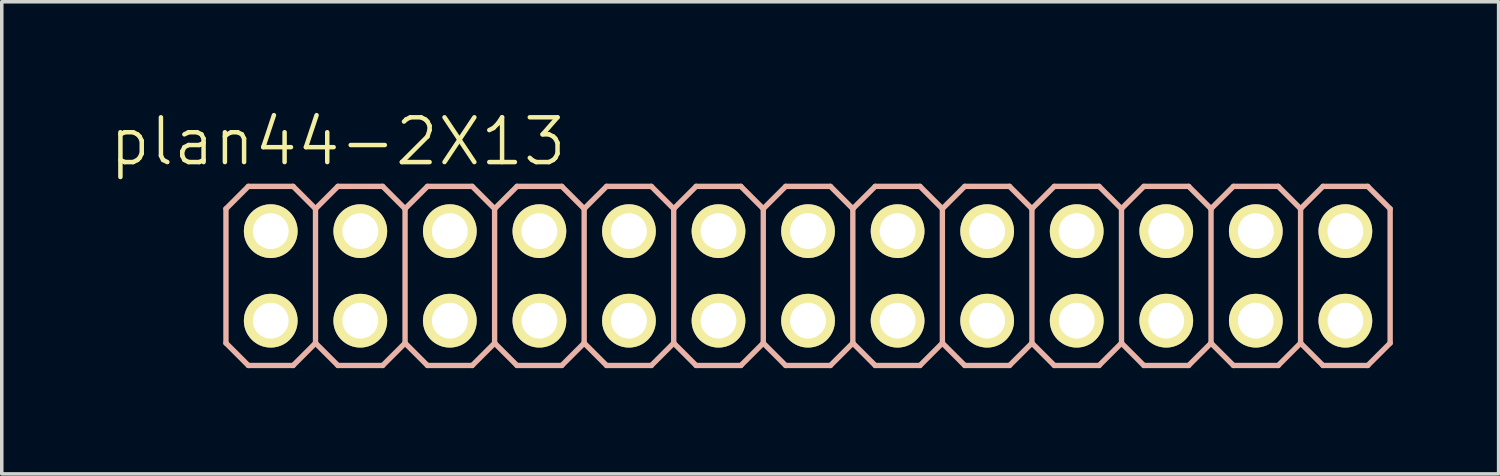
<source format=kicad_pcb>
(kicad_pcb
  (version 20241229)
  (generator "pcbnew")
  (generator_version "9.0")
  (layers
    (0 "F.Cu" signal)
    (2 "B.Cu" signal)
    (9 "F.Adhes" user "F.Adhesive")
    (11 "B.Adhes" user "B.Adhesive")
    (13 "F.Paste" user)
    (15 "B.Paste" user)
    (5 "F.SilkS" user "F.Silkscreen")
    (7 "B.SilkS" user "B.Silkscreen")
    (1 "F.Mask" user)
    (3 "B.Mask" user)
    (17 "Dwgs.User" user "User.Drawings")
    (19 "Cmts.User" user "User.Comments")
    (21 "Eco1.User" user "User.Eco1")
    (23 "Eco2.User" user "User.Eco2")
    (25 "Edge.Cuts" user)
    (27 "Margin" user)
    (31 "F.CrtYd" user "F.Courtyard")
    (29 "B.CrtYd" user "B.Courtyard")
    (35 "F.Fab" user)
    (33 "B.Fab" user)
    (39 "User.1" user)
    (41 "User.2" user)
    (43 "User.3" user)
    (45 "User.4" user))
  (footprint "plan44-2X13"
    (layer "F.Cu")
    (at 19.869 4.776)
    (property "Reference" "plan44-2X13" (at -13.335 -3.81 0) (layer "F.SilkS") (effects (font (size 1.27 1.27) (thickness 0.127))))
    (attr exclude_from_pos_files exclude_from_bom)
    (fp_line (start -16.51 -1.905) (end -15.875 -2.54) (stroke (width 0.152) (type solid)) (layer "B.SilkS"))
    (fp_line (start -16.51 1.905) (end -16.51 -1.905) (stroke (width 0.152) (type solid)) (layer "B.SilkS"))
    (fp_line (start -16.51 1.905) (end -15.875 2.54) (stroke (width 0.152) (type solid)) (layer "B.SilkS"))
    (fp_line (start -15.875 -2.54) (end -14.605 -2.54) (stroke (width 0.152) (type solid)) (layer "B.SilkS"))
    (fp_line (start -15.875 2.54) (end -14.605 2.54) (stroke (width 0.152) (type solid)) (layer "B.SilkS"))
    (fp_line (start -15.494 -1.524) (end -14.986 -1.524) (stroke (width 0.066) (type solid)) (layer "B.SilkS"))
    (fp_line (start -15.494 -1.016) (end -15.494 -1.524) (stroke (width 0.066) (type solid)) (layer "B.SilkS"))
    (fp_line (start -15.494 -1.016) (end -14.986 -1.016) (stroke (width 0.066) (type solid)) (layer "B.SilkS"))
    (fp_line (start -15.494 1.016) (end -14.986 1.016) (stroke (width 0.066) (type solid)) (layer "B.SilkS"))
    (fp_line (start -15.494 1.524) (end -15.494 1.016) (stroke (width 0.066) (type solid)) (layer "B.SilkS"))
    (fp_line (start -15.494 1.524) (end -14.986 1.524) (stroke (width 0.066) (type solid)) (layer "B.SilkS"))
    (fp_line (start -14.986 -1.016) (end -14.986 -1.524) (stroke (width 0.066) (type solid)) (layer "B.SilkS"))
    (fp_line (start -14.986 1.524) (end -14.986 1.016) (stroke (width 0.066) (type solid)) (layer "B.SilkS"))
    (fp_line (start -14.605 -2.54) (end -13.97 -1.905) (stroke (width 0.152) (type solid)) (layer "B.SilkS"))
    (fp_line (start -14.605 2.54) (end -13.97 1.905) (stroke (width 0.152) (type solid)) (layer "B.SilkS"))
    (fp_line (start -13.97 -1.905) (end -13.97 1.905) (stroke (width 0.152) (type solid)) (layer "B.SilkS"))
    (fp_line (start -13.97 -1.905) (end -13.335 -2.54) (stroke (width 0.152) (type solid)) (layer "B.SilkS"))
    (fp_line (start -13.97 1.905) (end -13.335 2.54) (stroke (width 0.152) (type solid)) (layer "B.SilkS"))
    (fp_line (start -13.335 -2.54) (end -12.065 -2.54) (stroke (width 0.152) (type solid)) (layer "B.SilkS"))
    (fp_line (start -13.335 2.54) (end -12.065 2.54) (stroke (width 0.152) (type solid)) (layer "B.SilkS"))
    (fp_line (start -12.954 -1.524) (end -12.446 -1.524) (stroke (width 0.066) (type solid)) (layer "B.SilkS"))
    (fp_line (start -12.954 -1.016) (end -12.954 -1.524) (stroke (width 0.066) (type solid)) (layer "B.SilkS"))
    (fp_line (start -12.954 -1.016) (end -12.446 -1.016) (stroke (width 0.066) (type solid)) (layer "B.SilkS"))
    (fp_line (start -12.954 1.016) (end -12.446 1.016) (stroke (width 0.066) (type solid)) (layer "B.SilkS"))
    (fp_line (start -12.954 1.524) (end -12.954 1.016) (stroke (width 0.066) (type solid)) (layer "B.SilkS"))
    (fp_line (start -12.954 1.524) (end -12.446 1.524) (stroke (width 0.066) (type solid)) (layer "B.SilkS"))
    (fp_line (start -12.446 -1.016) (end -12.446 -1.524) (stroke (width 0.066) (type solid)) (layer "B.SilkS"))
    (fp_line (start -12.446 1.524) (end -12.446 1.016) (stroke (width 0.066) (type solid)) (layer "B.SilkS"))
    (fp_line (start -12.065 -2.54) (end -11.43 -1.905) (stroke (width 0.152) (type solid)) (layer "B.SilkS"))
    (fp_line (start -12.065 2.54) (end -11.43 1.905) (stroke (width 0.152) (type solid)) (layer "B.SilkS"))
    (fp_line (start -11.43 -1.905) (end -11.43 1.905) (stroke (width 0.152) (type solid)) (layer "B.SilkS"))
    (fp_line (start -11.43 -1.905) (end -10.795 -2.54) (stroke (width 0.152) (type solid)) (layer "B.SilkS"))
    (fp_line (start -11.43 1.905) (end -10.795 2.54) (stroke (width 0.152) (type solid)) (layer "B.SilkS"))
    (fp_line (start -10.795 -2.54) (end -9.525 -2.54) (stroke (width 0.152) (type solid)) (layer "B.SilkS"))
    (fp_line (start -10.795 2.54) (end -9.525 2.54) (stroke (width 0.152) (type solid)) (layer "B.SilkS"))
    (fp_line (start -10.414 -1.524) (end -9.906 -1.524) (stroke (width 0.066) (type solid)) (layer "B.SilkS"))
    (fp_line (start -10.414 -1.016) (end -10.414 -1.524) (stroke (width 0.066) (type solid)) (layer "B.SilkS"))
    (fp_line (start -10.414 -1.016) (end -9.906 -1.016) (stroke (width 0.066) (type solid)) (layer "B.SilkS"))
    (fp_line (start -10.414 1.016) (end -9.906 1.016) (stroke (width 0.066) (type solid)) (layer "B.SilkS"))
    (fp_line (start -10.414 1.524) (end -10.414 1.016) (stroke (width 0.066) (type solid)) (layer "B.SilkS"))
    (fp_line (start -10.414 1.524) (end -9.906 1.524) (stroke (width 0.066) (type solid)) (layer "B.SilkS"))
    (fp_line (start -9.906 -1.016) (end -9.906 -1.524) (stroke (width 0.066) (type solid)) (layer "B.SilkS"))
    (fp_line (start -9.906 1.524) (end -9.906 1.016) (stroke (width 0.066) (type solid)) (layer "B.SilkS"))
    (fp_line (start -9.525 -2.54) (end -8.89 -1.905) (stroke (width 0.152) (type solid)) (layer "B.SilkS"))
    (fp_line (start -9.525 2.54) (end -8.89 1.905) (stroke (width 0.152) (type solid)) (layer "B.SilkS"))
    (fp_line (start -8.89 -1.905) (end -8.89 1.905) (stroke (width 0.152) (type solid)) (layer "B.SilkS"))
    (fp_line (start -8.89 -1.905) (end -8.255 -2.54) (stroke (width 0.152) (type solid)) (layer "B.SilkS"))
    (fp_line (start -8.89 1.905) (end -8.255 2.54) (stroke (width 0.152) (type solid)) (layer "B.SilkS"))
    (fp_line (start -8.255 -2.54) (end -6.985 -2.54) (stroke (width 0.152) (type solid)) (layer "B.SilkS"))
    (fp_line (start -8.255 2.54) (end -6.985 2.54) (stroke (width 0.152) (type solid)) (layer "B.SilkS"))
    (fp_line (start -7.874 -1.524) (end -7.366 -1.524) (stroke (width 0.066) (type solid)) (layer "B.SilkS"))
    (fp_line (start -7.874 -1.016) (end -7.874 -1.524) (stroke (width 0.066) (type solid)) (layer "B.SilkS"))
    (fp_line (start -7.874 -1.016) (end -7.366 -1.016) (stroke (width 0.066) (type solid)) (layer "B.SilkS"))
    (fp_line (start -7.874 1.016) (end -7.366 1.016) (stroke (width 0.066) (type solid)) (layer "B.SilkS"))
    (fp_line (start -7.874 1.524) (end -7.874 1.016) (stroke (width 0.066) (type solid)) (layer "B.SilkS"))
    (fp_line (start -7.874 1.524) (end -7.366 1.524) (stroke (width 0.066) (type solid)) (layer "B.SilkS"))
    (fp_line (start -7.366 -1.016) (end -7.366 -1.524) (stroke (width 0.066) (type solid)) (layer "B.SilkS"))
    (fp_line (start -7.366 1.524) (end -7.366 1.016) (stroke (width 0.066) (type solid)) (layer "B.SilkS"))
    (fp_line (start -6.985 -2.54) (end -6.35 -1.905) (stroke (width 0.152) (type solid)) (layer "B.SilkS"))
    (fp_line (start -6.985 2.54) (end -6.35 1.905) (stroke (width 0.152) (type solid)) (layer "B.SilkS"))
    (fp_line (start -6.35 -1.905) (end -6.35 1.905) (stroke (width 0.152) (type solid)) (layer "B.SilkS"))
    (fp_line (start -6.35 -1.905) (end -5.715 -2.54) (stroke (width 0.152) (type solid)) (layer "B.SilkS"))
    (fp_line (start -6.35 1.905) (end -5.715 2.54) (stroke (width 0.152) (type solid)) (layer "B.SilkS"))
    (fp_line (start -5.715 -2.54) (end -4.445 -2.54) (stroke (width 0.152) (type solid)) (layer "B.SilkS"))
    (fp_line (start -5.715 2.54) (end -4.445 2.54) (stroke (width 0.152) (type solid)) (layer "B.SilkS"))
    (fp_line (start -5.334 -1.524) (end -4.826 -1.524) (stroke (width 0.066) (type solid)) (layer "B.SilkS"))
    (fp_line (start -5.334 -1.016) (end -5.334 -1.524) (stroke (width 0.066) (type solid)) (layer "B.SilkS"))
    (fp_line (start -5.334 -1.016) (end -4.826 -1.016) (stroke (width 0.066) (type solid)) (layer "B.SilkS"))
    (fp_line (start -5.334 1.016) (end -4.826 1.016) (stroke (width 0.066) (type solid)) (layer "B.SilkS"))
    (fp_line (start -5.334 1.524) (end -5.334 1.016) (stroke (width 0.066) (type solid)) (layer "B.SilkS"))
    (fp_line (start -5.334 1.524) (end -4.826 1.524) (stroke (width 0.066) (type solid)) (layer "B.SilkS"))
    (fp_line (start -4.826 -1.016) (end -4.826 -1.524) (stroke (width 0.066) (type solid)) (layer "B.SilkS"))
    (fp_line (start -4.826 1.524) (end -4.826 1.016) (stroke (width 0.066) (type solid)) (layer "B.SilkS"))
    (fp_line (start -4.445 -2.54) (end -3.81 -1.905) (stroke (width 0.152) (type solid)) (layer "B.SilkS"))
    (fp_line (start -4.445 2.54) (end -3.81 1.905) (stroke (width 0.152) (type solid)) (layer "B.SilkS"))
    (fp_line (start -3.81 -1.905) (end -3.81 1.905) (stroke (width 0.152) (type solid)) (layer "B.SilkS"))
    (fp_line (start -3.81 -1.905) (end -3.175 -2.54) (stroke (width 0.152) (type solid)) (layer "B.SilkS"))
    (fp_line (start -3.81 1.905) (end -3.175 2.54) (stroke (width 0.152) (type solid)) (layer "B.SilkS"))
    (fp_line (start -3.175 -2.54) (end -1.905 -2.54) (stroke (width 0.152) (type solid)) (layer "B.SilkS"))
    (fp_line (start -3.175 2.54) (end -1.905 2.54) (stroke (width 0.152) (type solid)) (layer "B.SilkS"))
    (fp_line (start -2.794 -1.524) (end -2.286 -1.524) (stroke (width 0.066) (type solid)) (layer "B.SilkS"))
    (fp_line (start -2.794 -1.016) (end -2.794 -1.524) (stroke (width 0.066) (type solid)) (layer "B.SilkS"))
    (fp_line (start -2.794 -1.016) (end -2.286 -1.016) (stroke (width 0.066) (type solid)) (layer "B.SilkS"))
    (fp_line (start -2.794 1.016) (end -2.286 1.016) (stroke (width 0.066) (type solid)) (layer "B.SilkS"))
    (fp_line (start -2.794 1.524) (end -2.794 1.016) (stroke (width 0.066) (type solid)) (layer "B.SilkS"))
    (fp_line (start -2.794 1.524) (end -2.286 1.524) (stroke (width 0.066) (type solid)) (layer "B.SilkS"))
    (fp_line (start -2.286 -1.016) (end -2.286 -1.524) (stroke (width 0.066) (type solid)) (layer "B.SilkS"))
    (fp_line (start -2.286 1.524) (end -2.286 1.016) (stroke (width 0.066) (type solid)) (layer "B.SilkS"))
    (fp_line (start -1.905 -2.54) (end -1.27 -1.905) (stroke (width 0.152) (type solid)) (layer "B.SilkS"))
    (fp_line (start -1.905 2.54) (end -1.27 1.905) (stroke (width 0.152) (type solid)) (layer "B.SilkS"))
    (fp_line (start -1.27 -1.905) (end -1.27 1.905) (stroke (width 0.152) (type solid)) (layer "B.SilkS"))
    (fp_line (start -1.27 -1.905) (end -0.635 -2.54) (stroke (width 0.152) (type solid)) (layer "B.SilkS"))
    (fp_line (start -1.27 1.905) (end -0.635 2.54) (stroke (width 0.152) (type solid)) (layer "B.SilkS"))
    (fp_line (start -0.635 -2.54) (end 0.635 -2.54) (stroke (width 0.152) (type solid)) (layer "B.SilkS"))
    (fp_line (start -0.254 -1.524) (end 0.254 -1.524) (stroke (width 0.066) (type solid)) (layer "B.SilkS"))
    (fp_line (start -0.254 -1.016) (end -0.254 -1.524) (stroke (width 0.066) (type solid)) (layer "B.SilkS"))
    (fp_line (start -0.254 -1.016) (end 0.254 -1.016) (stroke (width 0.066) (type solid)) (layer "B.SilkS"))
    (fp_line (start -0.254 1.016) (end 0.254 1.016) (stroke (width 0.066) (type solid)) (layer "B.SilkS"))
    (fp_line (start -0.254 1.524) (end -0.254 1.016) (stroke (width 0.066) (type solid)) (layer "B.SilkS"))
    (fp_line (start -0.254 1.524) (end 0.254 1.524) (stroke (width 0.066) (type solid)) (layer "B.SilkS"))
    (fp_line (start 0.254 -1.016) (end 0.254 -1.524) (stroke (width 0.066) (type solid)) (layer "B.SilkS"))
    (fp_line (start 0.254 1.524) (end 0.254 1.016) (stroke (width 0.066) (type solid)) (layer "B.SilkS"))
    (fp_line (start 0.635 -2.54) (end 1.27 -1.905) (stroke (width 0.152) (type solid)) (layer "B.SilkS"))
    (fp_line (start 0.635 2.54) (end -0.635 2.54) (stroke (width 0.152) (type solid)) (layer "B.SilkS"))
    (fp_line (start 1.27 -1.905) (end 1.27 1.905) (stroke (width 0.152) (type solid)) (layer "B.SilkS"))
    (fp_line (start 1.27 -1.905) (end 1.905 -2.54) (stroke (width 0.152) (type solid)) (layer "B.SilkS"))
    (fp_line (start 1.27 1.905) (end 0.635 2.54) (stroke (width 0.152) (type solid)) (layer "B.SilkS"))
    (fp_line (start 1.27 1.905) (end 1.905 2.54) (stroke (width 0.152) (type solid)) (layer "B.SilkS"))
    (fp_line (start 1.905 -2.54) (end 3.175 -2.54) (stroke (width 0.152) (type solid)) (layer "B.SilkS"))
    (fp_line (start 2.286 -1.524) (end 2.794 -1.524) (stroke (width 0.066) (type solid)) (layer "B.SilkS"))
    (fp_line (start 2.286 -1.016) (end 2.286 -1.524) (stroke (width 0.066) (type solid)) (layer "B.SilkS"))
    (fp_line (start 2.286 -1.016) (end 2.794 -1.016) (stroke (width 0.066) (type solid)) (layer "B.SilkS"))
    (fp_line (start 2.286 1.016) (end 2.794 1.016) (stroke (width 0.066) (type solid)) (layer "B.SilkS"))
    (fp_line (start 2.286 1.524) (end 2.286 1.016) (stroke (width 0.066) (type solid)) (layer "B.SilkS"))
    (fp_line (start 2.286 1.524) (end 2.794 1.524) (stroke (width 0.066) (type solid)) (layer "B.SilkS"))
    (fp_line (start 2.794 -1.016) (end 2.794 -1.524) (stroke (width 0.066) (type solid)) (layer "B.SilkS"))
    (fp_line (start 2.794 1.524) (end 2.794 1.016) (stroke (width 0.066) (type solid)) (layer "B.SilkS"))
    (fp_line (start 3.175 -2.54) (end 3.81 -1.905) (stroke (width 0.152) (type solid)) (layer "B.SilkS"))
    (fp_line (start 3.175 2.54) (end 1.905 2.54) (stroke (width 0.152) (type solid)) (layer "B.SilkS"))
    (fp_line (start 3.81 -1.905) (end 3.81 1.905) (stroke (width 0.152) (type solid)) (layer "B.SilkS"))
    (fp_line (start 3.81 -1.905) (end 4.445 -2.54) (stroke (width 0.152) (type solid)) (layer "B.SilkS"))
    (fp_line (start 3.81 1.905) (end 3.175 2.54) (stroke (width 0.152) (type solid)) (layer "B.SilkS"))
    (fp_line (start 3.81 1.905) (end 4.445 2.54) (stroke (width 0.152) (type solid)) (layer "B.SilkS"))
    (fp_line (start 4.445 -2.54) (end 5.715 -2.54) (stroke (width 0.152) (type solid)) (layer "B.SilkS"))
    (fp_line (start 4.826 -1.524) (end 5.334 -1.524) (stroke (width 0.066) (type solid)) (layer "B.SilkS"))
    (fp_line (start 4.826 -1.016) (end 4.826 -1.524) (stroke (width 0.066) (type solid)) (layer "B.SilkS"))
    (fp_line (start 4.826 -1.016) (end 5.334 -1.016) (stroke (width 0.066) (type solid)) (layer "B.SilkS"))
    (fp_line (start 4.826 1.016) (end 5.334 1.016) (stroke (width 0.066) (type solid)) (layer "B.SilkS"))
    (fp_line (start 4.826 1.524) (end 4.826 1.016) (stroke (width 0.066) (type solid)) (layer "B.SilkS"))
    (fp_line (start 4.826 1.524) (end 5.334 1.524) (stroke (width 0.066) (type solid)) (layer "B.SilkS"))
    (fp_line (start 5.334 -1.016) (end 5.334 -1.524) (stroke (width 0.066) (type solid)) (layer "B.SilkS"))
    (fp_line (start 5.334 1.524) (end 5.334 1.016) (stroke (width 0.066) (type solid)) (layer "B.SilkS"))
    (fp_line (start 5.715 -2.54) (end 6.35 -1.905) (stroke (width 0.152) (type solid)) (layer "B.SilkS"))
    (fp_line (start 5.715 2.54) (end 4.445 2.54) (stroke (width 0.152) (type solid)) (layer "B.SilkS"))
    (fp_line (start 6.35 -1.905) (end 6.35 1.905) (stroke (width 0.152) (type solid)) (layer "B.SilkS"))
    (fp_line (start 6.35 -1.905) (end 6.985 -2.54) (stroke (width 0.152) (type solid)) (layer "B.SilkS"))
    (fp_line (start 6.35 1.905) (end 5.715 2.54) (stroke (width 0.152) (type solid)) (layer "B.SilkS"))
    (fp_line (start 6.35 1.905) (end 6.985 2.54) (stroke (width 0.152) (type solid)) (layer "B.SilkS"))
    (fp_line (start 6.985 -2.54) (end 8.255 -2.54) (stroke (width 0.152) (type solid)) (layer "B.SilkS"))
    (fp_line (start 7.366 -1.524) (end 7.874 -1.524) (stroke (width 0.066) (type solid)) (layer "B.SilkS"))
    (fp_line (start 7.366 -1.016) (end 7.366 -1.524) (stroke (width 0.066) (type solid)) (layer "B.SilkS"))
    (fp_line (start 7.366 -1.016) (end 7.874 -1.016) (stroke (width 0.066) (type solid)) (layer "B.SilkS"))
    (fp_line (start 7.366 1.016) (end 7.874 1.016) (stroke (width 0.066) (type solid)) (layer "B.SilkS"))
    (fp_line (start 7.366 1.524) (end 7.366 1.016) (stroke (width 0.066) (type solid)) (layer "B.SilkS"))
    (fp_line (start 7.366 1.524) (end 7.874 1.524) (stroke (width 0.066) (type solid)) (layer "B.SilkS"))
    (fp_line (start 7.874 -1.016) (end 7.874 -1.524) (stroke (width 0.066) (type solid)) (layer "B.SilkS"))
    (fp_line (start 7.874 1.524) (end 7.874 1.016) (stroke (width 0.066) (type solid)) (layer "B.SilkS"))
    (fp_line (start 8.255 -2.54) (end 8.89 -1.905) (stroke (width 0.152) (type solid)) (layer "B.SilkS"))
    (fp_line (start 8.255 2.54) (end 6.985 2.54) (stroke (width 0.152) (type solid)) (layer "B.SilkS"))
    (fp_line (start 8.89 -1.905) (end 8.89 1.905) (stroke (width 0.152) (type solid)) (layer "B.SilkS"))
    (fp_line (start 8.89 -1.905) (end 9.525 -2.54) (stroke (width 0.152) (type solid)) (layer "B.SilkS"))
    (fp_line (start 8.89 1.905) (end 8.255 2.54) (stroke (width 0.152) (type solid)) (layer "B.SilkS"))
    (fp_line (start 8.89 1.905) (end 9.525 2.54) (stroke (width 0.152) (type solid)) (layer "B.SilkS"))
    (fp_line (start 9.525 -2.54) (end 10.795 -2.54) (stroke (width 0.152) (type solid)) (layer "B.SilkS"))
    (fp_line (start 9.906 -1.524) (end 10.414 -1.524) (stroke (width 0.066) (type solid)) (layer "B.SilkS"))
    (fp_line (start 9.906 -1.016) (end 9.906 -1.524) (stroke (width 0.066) (type solid)) (layer "B.SilkS"))
    (fp_line (start 9.906 -1.016) (end 10.414 -1.016) (stroke (width 0.066) (type solid)) (layer "B.SilkS"))
    (fp_line (start 9.906 1.016) (end 10.414 1.016) (stroke (width 0.066) (type solid)) (layer "B.SilkS"))
    (fp_line (start 9.906 1.524) (end 9.906 1.016) (stroke (width 0.066) (type solid)) (layer "B.SilkS"))
    (fp_line (start 9.906 1.524) (end 10.414 1.524) (stroke (width 0.066) (type solid)) (layer "B.SilkS"))
    (fp_line (start 10.414 -1.016) (end 10.414 -1.524) (stroke (width 0.066) (type solid)) (layer "B.SilkS"))
    (fp_line (start 10.414 1.524) (end 10.414 1.016) (stroke (width 0.066) (type solid)) (layer "B.SilkS"))
    (fp_line (start 10.795 -2.54) (end 11.43 -1.905) (stroke (width 0.152) (type solid)) (layer "B.SilkS"))
    (fp_line (start 10.795 2.54) (end 9.525 2.54) (stroke (width 0.152) (type solid)) (layer "B.SilkS"))
    (fp_line (start 11.43 -1.905) (end 11.43 1.905) (stroke (width 0.152) (type solid)) (layer "B.SilkS"))
    (fp_line (start 11.43 -1.905) (end 12.065 -2.54) (stroke (width 0.152) (type solid)) (layer "B.SilkS"))
    (fp_line (start 11.43 1.905) (end 10.795 2.54) (stroke (width 0.152) (type solid)) (layer "B.SilkS"))
    (fp_line (start 11.43 1.905) (end 12.065 2.54) (stroke (width 0.152) (type solid)) (layer "B.SilkS"))
    (fp_line (start 12.065 -2.54) (end 13.335 -2.54) (stroke (width 0.152) (type solid)) (layer "B.SilkS"))
    (fp_line (start 12.446 -1.524) (end 12.954 -1.524) (stroke (width 0.066) (type solid)) (layer "B.SilkS"))
    (fp_line (start 12.446 -1.016) (end 12.446 -1.524) (stroke (width 0.066) (type solid)) (layer "B.SilkS"))
    (fp_line (start 12.446 -1.016) (end 12.954 -1.016) (stroke (width 0.066) (type solid)) (layer "B.SilkS"))
    (fp_line (start 12.446 1.016) (end 12.954 1.016) (stroke (width 0.066) (type solid)) (layer "B.SilkS"))
    (fp_line (start 12.446 1.524) (end 12.446 1.016) (stroke (width 0.066) (type solid)) (layer "B.SilkS"))
    (fp_line (start 12.446 1.524) (end 12.954 1.524) (stroke (width 0.066) (type solid)) (layer "B.SilkS"))
    (fp_line (start 12.954 -1.016) (end 12.954 -1.524) (stroke (width 0.066) (type solid)) (layer "B.SilkS"))
    (fp_line (start 12.954 1.524) (end 12.954 1.016) (stroke (width 0.066) (type solid)) (layer "B.SilkS"))
    (fp_line (start 13.335 2.54) (end 12.065 2.54) (stroke (width 0.152) (type solid)) (layer "B.SilkS"))
    (fp_line (start 13.97 -1.905) (end 13.335 -2.54) (stroke (width 0.152) (type solid)) (layer "B.SilkS"))
    (fp_line (start 13.97 -1.905) (end 13.97 1.905) (stroke (width 0.152) (type solid)) (layer "B.SilkS"))
    (fp_line (start 13.97 -1.905) (end 14.605 -2.54) (stroke (width 0.152) (type solid)) (layer "B.SilkS"))
    (fp_line (start 13.97 1.905) (end 13.335 2.54) (stroke (width 0.152) (type solid)) (layer "B.SilkS"))
    (fp_line (start 13.97 1.905) (end 14.605 2.54) (stroke (width 0.152) (type solid)) (layer "B.SilkS"))
    (fp_line (start 14.605 -2.54) (end 15.875 -2.54) (stroke (width 0.152) (type solid)) (layer "B.SilkS"))
    (fp_line (start 14.986 -1.524) (end 15.494 -1.524) (stroke (width 0.066) (type solid)) (layer "B.SilkS"))
    (fp_line (start 14.986 -1.016) (end 14.986 -1.524) (stroke (width 0.066) (type solid)) (layer "B.SilkS"))
    (fp_line (start 14.986 -1.016) (end 15.494 -1.016) (stroke (width 0.066) (type solid)) (layer "B.SilkS"))
    (fp_line (start 14.986 1.016) (end 15.494 1.016) (stroke (width 0.066) (type solid)) (layer "B.SilkS"))
    (fp_line (start 14.986 1.524) (end 14.986 1.016) (stroke (width 0.066) (type solid)) (layer "B.SilkS"))
    (fp_line (start 14.986 1.524) (end 15.494 1.524) (stroke (width 0.066) (type solid)) (layer "B.SilkS"))
    (fp_line (start 15.494 -1.016) (end 15.494 -1.524) (stroke (width 0.066) (type solid)) (layer "B.SilkS"))
    (fp_line (start 15.494 1.524) (end 15.494 1.016) (stroke (width 0.066) (type solid)) (layer "B.SilkS"))
    (fp_line (start 15.875 2.54) (end 14.605 2.54) (stroke (width 0.152) (type solid)) (layer "B.SilkS"))
    (fp_line (start 16.51 -1.905) (end 15.875 -2.54) (stroke (width 0.152) (type solid)) (layer "B.SilkS"))
    (fp_line (start 16.51 -1.905) (end 16.51 1.905) (stroke (width 0.152) (type solid)) (layer "B.SilkS"))
    (fp_line (start 16.51 1.905) (end 15.875 2.54) (stroke (width 0.152) (type solid)) (layer "B.SilkS"))
    (pad "1" thru_hole circle (at -15.24 1.27) (size 1.524 1.524) (drill 1.016) (layers "*.Cu" "*.Mask" "F.SilkS" "F.Paste"))
    (pad "2" thru_hole circle (at -15.24 -1.27) (size 1.524 1.524) (drill 1.016) (layers "*.Cu" "*.Mask" "F.SilkS" "F.Paste"))
    (pad "3" thru_hole circle (at -12.7 1.27) (size 1.524 1.524) (drill 1.016) (layers "*.Cu" "*.Mask" "F.SilkS" "F.Paste"))
    (pad "4" thru_hole circle (at -12.7 -1.27) (size 1.524 1.524) (drill 1.016) (layers "*.Cu" "*.Mask" "F.SilkS" "F.Paste"))
    (pad "5" thru_hole circle (at -10.16 1.27) (size 1.524 1.524) (drill 1.016) (layers "*.Cu" "*.Mask" "F.SilkS" "F.Paste"))
    (pad "6" thru_hole circle (at -10.16 -1.27) (size 1.524 1.524) (drill 1.016) (layers "*.Cu" "*.Mask" "F.SilkS" "F.Paste"))
    (pad "7" thru_hole circle (at -7.62 1.27) (size 1.524 1.524) (drill 1.016) (layers "*.Cu" "*.Mask" "F.SilkS" "F.Paste"))
    (pad "8" thru_hole circle (at -7.62 -1.27) (size 1.524 1.524) (drill 1.016) (layers "*.Cu" "*.Mask" "F.SilkS" "F.Paste"))
    (pad "9" thru_hole circle (at -5.08 1.27) (size 1.524 1.524) (drill 1.016) (layers "*.Cu" "*.Mask" "F.SilkS" "F.Paste"))
    (pad "10" thru_hole circle (at -5.08 -1.27) (size 1.524 1.524) (drill 1.016) (layers "*.Cu" "*.Mask" "F.SilkS" "F.Paste"))
    (pad "11" thru_hole circle (at -2.54 1.27) (size 1.524 1.524) (drill 1.016) (layers "*.Cu" "*.Mask" "F.SilkS" "F.Paste"))
    (pad "12" thru_hole circle (at -2.54 -1.27) (size 1.524 1.524) (drill 1.016) (layers "*.Cu" "*.Mask" "F.SilkS" "F.Paste"))
    (pad "13" thru_hole circle (at 0 1.27) (size 1.524 1.524) (drill 1.016) (layers "*.Cu" "*.Mask" "F.SilkS" "F.Paste"))
    (pad "14" thru_hole circle (at 0 -1.27) (size 1.524 1.524) (drill 1.016) (layers "*.Cu" "*.Mask" "F.SilkS" "F.Paste"))
    (pad "15" thru_hole circle (at 2.54 1.27) (size 1.524 1.524) (drill 1.016) (layers "*.Cu" "*.Mask" "F.SilkS" "F.Paste"))
    (pad "16" thru_hole circle (at 2.54 -1.27) (size 1.524 1.524) (drill 1.016) (layers "*.Cu" "*.Mask" "F.SilkS" "F.Paste"))
    (pad "17" thru_hole circle (at 5.08 1.27) (size 1.524 1.524) (drill 1.016) (layers "*.Cu" "*.Mask" "F.SilkS" "F.Paste"))
    (pad "18" thru_hole circle (at 5.08 -1.27) (size 1.524 1.524) (drill 1.016) (layers "*.Cu" "*.Mask" "F.SilkS" "F.Paste"))
    (pad "19" thru_hole circle (at 7.62 1.27) (size 1.524 1.524) (drill 1.016) (layers "*.Cu" "*.Mask" "F.SilkS" "F.Paste"))
    (pad "20" thru_hole circle (at 7.62 -1.27) (size 1.524 1.524) (drill 1.016) (layers "*.Cu" "*.Mask" "F.SilkS" "F.Paste"))
    (pad "21" thru_hole circle (at 10.16 1.27) (size 1.524 1.524) (drill 1.016) (layers "*.Cu" "*.Mask" "F.SilkS" "F.Paste"))
    (pad "22" thru_hole circle (at 10.16 -1.27) (size 1.524 1.524) (drill 1.016) (layers "*.Cu" "*.Mask" "F.SilkS" "F.Paste"))
    (pad "23" thru_hole circle (at 12.7 1.27) (size 1.524 1.524) (drill 1.016) (layers "*.Cu" "*.Mask" "F.SilkS" "F.Paste"))
    (pad "24" thru_hole circle (at 12.7 -1.27) (size 1.524 1.524) (drill 1.016) (layers "*.Cu" "*.Mask" "F.SilkS" "F.Paste"))
    (pad "25" thru_hole circle (at 15.24 1.27) (size 1.524 1.524) (drill 1.016) (layers "*.Cu" "*.Mask" "F.SilkS" "F.Paste"))
    (pad "26" thru_hole circle (at 15.24 -1.27) (size 1.524 1.524) (drill 1.016) (layers "*.Cu" "*.Mask" "F.SilkS" "F.Paste")))
  (gr_rect
    (start -3 -3)
    (end 39.456 10.392)
    (stroke (width 0.1) (type default))
    (fill no)
    (layer "Edge.Cuts")))
</source>
